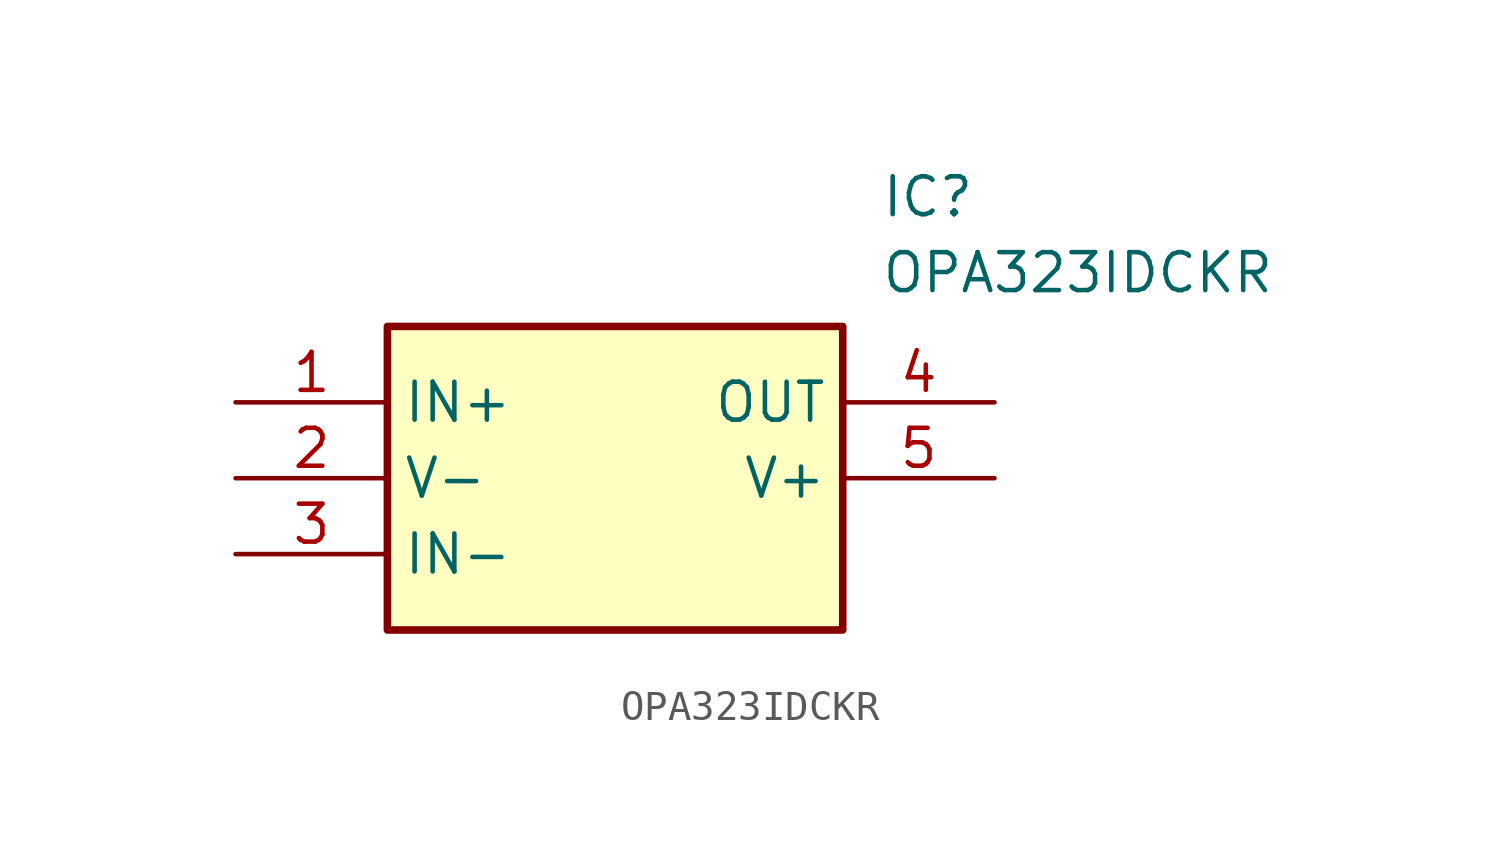
<source format=kicad_sym>
(kicad_symbol_lib
  (version 20211014)
  (generator SamacSys_ECAD_Model)
  (symbol "OPA323IDCKR"
    (property "Reference" "IC"
      (at 21.59 7.62 0)
      (effects (font (size 1.27 1.27)) (justify left top)))
    (property "Value" "OPA323IDCKR"
      (at 21.59 5.08 0)
      (effects (font (size 1.27 1.27)) (justify left top)))
    (rectangle
      (start 5.08 2.54)
      (end 20.32 -7.62)
      (stroke (width 0.254) (type default))
      (fill (type background)))
    (pin passive line
      (at 0 0 0)
      (length 5.08)
      (name "IN+" (effects (font (size 1.27 1.27))))
      (number "1" (effects (font (size 1.27 1.27)))))
    (pin passive line
      (at 0 -2.54 0)
      (length 5.08)
      (name "V-" (effects (font (size 1.27 1.27))))
      (number "2" (effects (font (size 1.27 1.27)))))
    (pin passive line
      (at 0 -5.08 0)
      (length 5.08)
      (name "IN-" (effects (font (size 1.27 1.27))))
      (number "3" (effects (font (size 1.27 1.27)))))
    (pin passive line
      (at 25.4 0 180)
      (length 5.08)
      (name "OUT" (effects (font (size 1.27 1.27))))
      (number "4" (effects (font (size 1.27 1.27)))))
    (pin passive line
      (at 25.4 -2.54 180)
      (length 5.08)
      (name "V+" (effects (font (size 1.27 1.27))))
      (number "5" (effects (font (size 1.27 1.27)))))))
</source>
